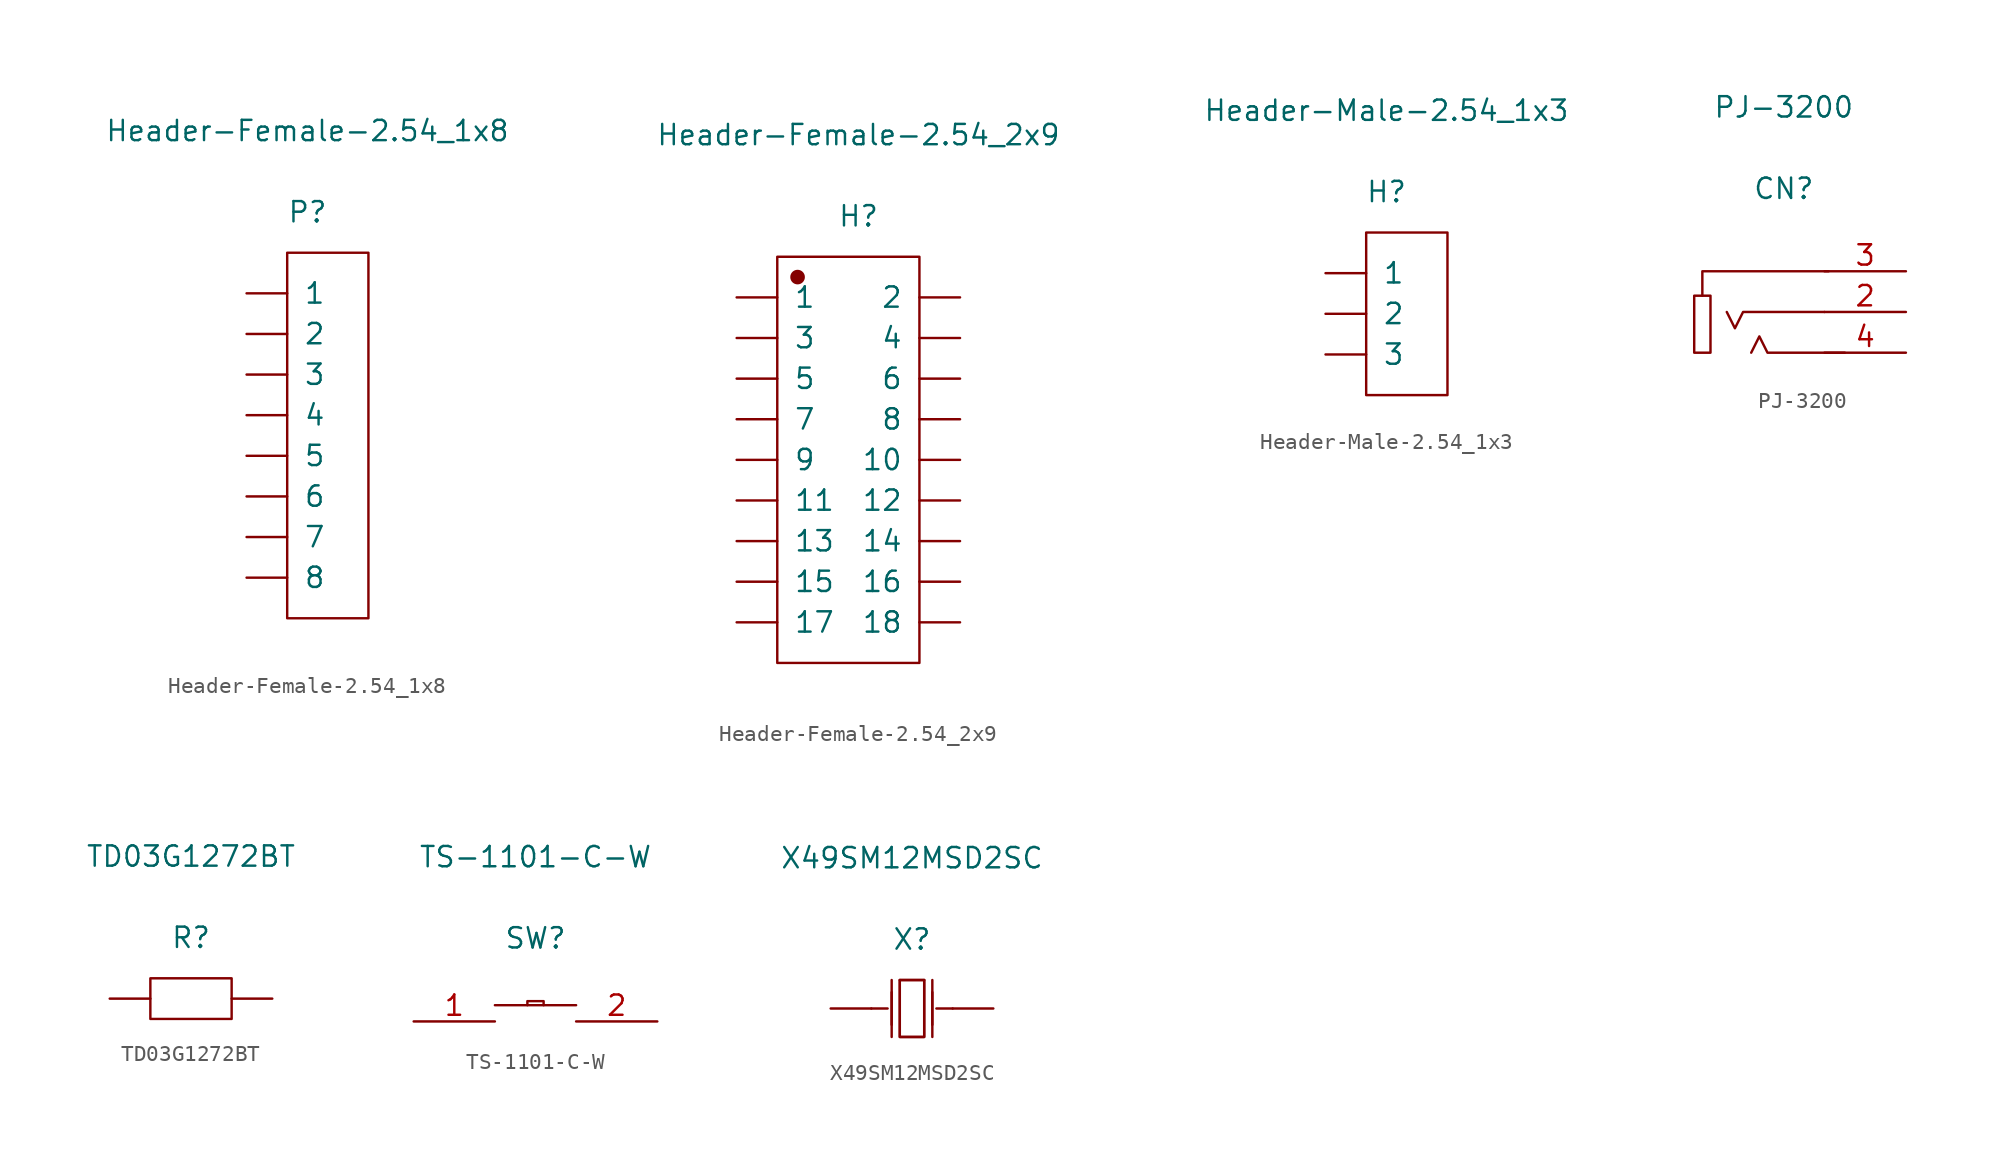
<source format=kicad_sym>
(kicad_symbol_lib
  (version 20211014)
  (generator kicad_symbol_editor)
  (symbol "Header-Female-2.54_1x8"
    (pin_numbers hide)
    (pin_names
      (offset 1.016))
    (property "Reference" "P"
      (at 0 13.97 0)
      (effects (font (size 1.27 1.27))))
    (property "Value" "Header-Female-2.54_1x8"
      (at 0 19.05 0)
      (effects (font (size 1.27 1.27))))
    (symbol "Header-Female-2.54_1x8_1_1"
      (rectangle (start -1.27 11.43) (end 3.81 -11.43) (stroke (width 0.152) (type default) (color 0 0 0 0)) (fill (type none)))
      (pin input line (at -3.81 8.89 0) (length 2.54) (name "1" (effects (font (size 1.27 1.27)))) (number "1" (effects (font (size 1.27 1.27)))))
      (pin input line (at -3.81 6.35 0) (length 2.54) (name "2" (effects (font (size 1.27 1.27)))) (number "2" (effects (font (size 1.27 1.27)))))
      (pin input line (at -3.81 3.81 0) (length 2.54) (name "3" (effects (font (size 1.27 1.27)))) (number "3" (effects (font (size 1.27 1.27)))))
      (pin input line (at -3.81 1.27 0) (length 2.54) (name "4" (effects (font (size 1.27 1.27)))) (number "4" (effects (font (size 1.27 1.27)))))
      (pin input line (at -3.81 -1.27 0) (length 2.54) (name "5" (effects (font (size 1.27 1.27)))) (number "5" (effects (font (size 1.27 1.27)))))
      (pin input line (at -3.81 -3.81 0) (length 2.54) (name "6" (effects (font (size 1.27 1.27)))) (number "6" (effects (font (size 1.27 1.27)))))
      (pin input line (at -3.81 -6.35 0) (length 2.54) (name "7" (effects (font (size 1.27 1.27)))) (number "7" (effects (font (size 1.27 1.27)))))
      (pin input line (at -3.81 -8.89 0) (length 2.54) (name "8" (effects (font (size 1.27 1.27)))) (number "8" (effects (font (size 1.27 1.27)))))))
  (symbol "Header-Female-2.54_2x9"
    (pin_numbers hide)
    (pin_names
      (offset 1.016))
    (property "Reference" "H"
      (at 0 15.24 0)
      (effects (font (size 1.27 1.27))))
    (property "Value" "Header-Female-2.54_2x9"
      (at 0 20.32 0)
      (effects (font (size 1.27 1.27))))
    (symbol "Header-Female-2.54_2x9_1_1"
      (rectangle (start -5.08 12.7) (end 3.81 -12.7) (stroke (width 0.152) (type default) (color 0 0 0 0)) (fill (type none)))
      (circle (center -3.81 11.43) (radius 0.381) (stroke (width 0.152) (type default) (color 0 0 0 0)) (fill (type outline)))
      (pin input line (at -7.62 10.16 0) (length 2.54) (name "1" (effects (font (size 1.27 1.27)))) (number "1" (effects (font (size 1.27 1.27)))))
      (pin input line (at 6.35 0 180) (length 2.54) (name "10" (effects (font (size 1.27 1.27)))) (number "10" (effects (font (size 1.27 1.27)))))
      (pin input line (at -7.62 -2.54 0) (length 2.54) (name "11" (effects (font (size 1.27 1.27)))) (number "11" (effects (font (size 1.27 1.27)))))
      (pin input line (at 6.35 -2.54 180) (length 2.54) (name "12" (effects (font (size 1.27 1.27)))) (number "12" (effects (font (size 1.27 1.27)))))
      (pin input line (at -7.62 -5.08 0) (length 2.54) (name "13" (effects (font (size 1.27 1.27)))) (number "13" (effects (font (size 1.27 1.27)))))
      (pin input line (at 6.35 -5.08 180) (length 2.54) (name "14" (effects (font (size 1.27 1.27)))) (number "14" (effects (font (size 1.27 1.27)))))
      (pin input line (at -7.62 -7.62 0) (length 2.54) (name "15" (effects (font (size 1.27 1.27)))) (number "15" (effects (font (size 1.27 1.27)))))
      (pin input line (at 6.35 -7.62 180) (length 2.54) (name "16" (effects (font (size 1.27 1.27)))) (number "16" (effects (font (size 1.27 1.27)))))
      (pin input line (at -7.62 -10.16 0) (length 2.54) (name "17" (effects (font (size 1.27 1.27)))) (number "17" (effects (font (size 1.27 1.27)))))
      (pin input line (at 6.35 -10.16 180) (length 2.54) (name "18" (effects (font (size 1.27 1.27)))) (number "18" (effects (font (size 1.27 1.27)))))
      (pin input line (at 6.35 10.16 180) (length 2.54) (name "2" (effects (font (size 1.27 1.27)))) (number "2" (effects (font (size 1.27 1.27)))))
      (pin input line (at -7.62 7.62 0) (length 2.54) (name "3" (effects (font (size 1.27 1.27)))) (number "3" (effects (font (size 1.27 1.27)))))
      (pin input line (at 6.35 7.62 180) (length 2.54) (name "4" (effects (font (size 1.27 1.27)))) (number "4" (effects (font (size 1.27 1.27)))))
      (pin input line (at -7.62 5.08 0) (length 2.54) (name "5" (effects (font (size 1.27 1.27)))) (number "5" (effects (font (size 1.27 1.27)))))
      (pin input line (at 6.35 5.08 180) (length 2.54) (name "6" (effects (font (size 1.27 1.27)))) (number "6" (effects (font (size 1.27 1.27)))))
      (pin input line (at -7.62 2.54 0) (length 2.54) (name "7" (effects (font (size 1.27 1.27)))) (number "7" (effects (font (size 1.27 1.27)))))
      (pin input line (at 6.35 2.54 180) (length 2.54) (name "8" (effects (font (size 1.27 1.27)))) (number "8" (effects (font (size 1.27 1.27)))))
      (pin input line (at -7.62 0 0) (length 2.54) (name "9" (effects (font (size 1.27 1.27)))) (number "9" (effects (font (size 1.27 1.27)))))))
  (symbol "Header-Male-2.54_1x3"
    (pin_numbers hide)
    (pin_names
      (offset 1.016))
    (property "Reference" "H"
      (at 0 7.62 0)
      (effects (font (size 1.27 1.27))))
    (property "Value" "Header-Male-2.54_1x3"
      (at 0 12.7 0)
      (effects (font (size 1.27 1.27))))
    (symbol "Header-Male-2.54_1x3_1_1"
      (rectangle (start -1.27 5.08) (end 3.81 -5.08) (stroke (width 0.152) (type default) (color 0 0 0 0)) (fill (type none)))
      (pin input line (at -3.81 2.54 0) (length 2.54) (name "1" (effects (font (size 1.27 1.27)))) (number "1" (effects (font (size 1.27 1.27)))))
      (pin input line (at -3.81 0 0) (length 2.54) (name "2" (effects (font (size 1.27 1.27)))) (number "2" (effects (font (size 1.27 1.27)))))
      (pin input line (at -3.81 -2.54 0) (length 2.54) (name "3" (effects (font (size 1.27 1.27)))) (number "3" (effects (font (size 1.27 1.27)))))))
  (symbol "PJ-3200"
    (pin_names
      (offset 1.016) hide)
    (property "Reference" "CN"
      (at 0 7.696 0)
      (effects (font (size 1.27 1.27))))
    (property "Value" "PJ-3200"
      (at 0 12.776 0)
      (effects (font (size 1.27 1.27))))
    (symbol "PJ-3200_1_1"
      (rectangle (start -5.588 1.016) (end -4.572 -2.54) (stroke (width 0.152) (type default) (color 0 0 0 0)) (fill (type none)))
      (polyline (pts (xy 2.794 2.54) (xy -5.08 2.54) (xy -5.08 1.016)) (stroke (width 0.152) (type default) (color 0 0 0 0)) (fill (type none)))
      (polyline (pts (xy 2.54 0) (xy -2.54 0) (xy -3.048 -1.016) (xy -3.556 0)) (stroke (width 0.152) (type default) (color 0 0 0 0)) (fill (type none)))
      (polyline (pts (xy 3.81 -2.54) (xy -1.016 -2.54) (xy -1.524 -1.524) (xy -2.032 -2.54)) (stroke (width 0.152) (type default) (color 0 0 0 0)) (fill (type none)))
      (pin input line (at 7.62 0 180) (length 5.08) (name "2" (effects (font (size 1.27 1.27)))) (number "2" (effects (font (size 1.27 1.27)))))
      (pin input line (at 7.62 2.54 180) (length 5.08) (name "3" (effects (font (size 1.27 1.27)))) (number "3" (effects (font (size 1.27 1.27)))))
      (pin input line (at 7.62 -2.54 180) (length 5.08) (name "4" (effects (font (size 1.27 1.27)))) (number "4" (effects (font (size 1.27 1.27)))))))
  (symbol "TD03G1272BT"
    (pin_numbers hide)
    (pin_names
      (offset 1.016) hide)
    (property "Reference" "R"
      (at 0 3.81 0)
      (effects (font (size 1.27 1.27))))
    (property "Value" "TD03G1272BT"
      (at 0 8.89 0)
      (effects (font (size 1.27 1.27))))
    (symbol "TD03G1272BT_1_1"
      (rectangle (start -2.54 1.27) (end 2.54 -1.27) (stroke (width 0.152) (type default) (color 0 0 0 0)) (fill (type none)))
      (pin input line (at -5.08 0 0) (length 2.54) (name "1" (effects (font (size 1.27 1.27)))) (number "1" (effects (font (size 1.27 1.27)))))
      (pin input line (at 5.08 0 180) (length 2.54) (name "2" (effects (font (size 1.27 1.27)))) (number "2" (effects (font (size 1.27 1.27)))))))
  (symbol "TS-1101-C-W"
    (pin_names
      (offset 1.016) hide)
    (property "Reference" "SW"
      (at 0 5.207 0)
      (effects (font (size 1.27 1.27))))
    (property "Value" "TS-1101-C-W"
      (at 0 10.287 0)
      (effects (font (size 1.27 1.27))))
    (symbol "TS-1101-C-W_1_1"
      (polyline (pts (xy -2.54 1.016) (xy 2.54 1.016)) (stroke (width 0.152) (type default) (color 0 0 0 0)) (fill (type none)))
      (polyline (pts (xy -0.508 1.016) (xy -0.508 1.27) (xy 0.508 1.27) (xy 0.508 1.016)) (stroke (width 0.152) (type default) (color 0 0 0 0)) (fill (type none)))
      (pin input line (at -7.62 0 0) (length 5.08) (name "1" (effects (font (size 1.27 1.27)))) (number "1" (effects (font (size 1.27 1.27)))))
      (pin input line (at 7.62 0 180) (length 5.08) (name "2" (effects (font (size 1.27 1.27)))) (number "2" (effects (font (size 1.27 1.27)))))))
  (symbol "X49SM12MSD2SC"
    (pin_numbers hide)
    (pin_names
      (offset 1.016) hide)
    (property "Reference" "X"
      (at 0 4.318 0)
      (effects (font (size 1.27 1.27))))
    (property "Value" "X49SM12MSD2SC"
      (at 0 9.398 0)
      (effects (font (size 1.27 1.27))))
    (symbol "X49SM12MSD2SC_1_1"
      (polyline (pts (xy -2.54 0) (xy -1.524 0)) (stroke (width 0.152) (type default) (color 0 0 0 0)) (fill (type none)))
      (polyline (pts (xy -1.27 1.016) (xy -1.27 -1.016)) (stroke (width 0.152) (type default) (color 0 0 0 0)) (fill (type none)))
      (polyline (pts (xy -1.27 1.778) (xy -1.27 -1.778)) (stroke (width 0.152) (type default) (color 0 0 0 0)) (fill (type none)))
      (polyline (pts (xy -0.762 1.778) (xy 0.762 1.778)) (stroke (width 0.152) (type default) (color 0 0 0 0)) (fill (type none)))
      (polyline (pts (xy 1.27 1.016) (xy 1.27 -1.016)) (stroke (width 0.152) (type default) (color 0 0 0 0)) (fill (type none)))
      (polyline (pts (xy 1.27 1.778) (xy 1.27 -1.778)) (stroke (width 0.152) (type default) (color 0 0 0 0)) (fill (type none)))
      (polyline (pts (xy 2.54 0) (xy 1.524 0)) (stroke (width 0.152) (type default) (color 0 0 0 0)) (fill (type none)))
      (polyline (pts (xy 0.762 1.778) (xy 0.762 -1.778) (xy -0.762 -1.778) (xy -0.762 1.778)) (stroke (width 0.152) (type default) (color 0 0 0 0)) (fill (type none)))
      (polyline (pts (xy -0.762 -1.778) (xy -0.762 1.778) (xy 0.762 1.778) (xy 0.762 -1.778) (xy -0.762 -1.778)) (stroke (width 0.152) (type default) (color 0 0 0 0)) (fill (type none)))
      (pin input line (at 5.08 0 180) (length 2.54) (name "OSC1" (effects (font (size 1.27 1.27)))) (number "1" (effects (font (size 1.27 1.27)))))
      (pin input line (at -5.08 0 0) (length 2.54) (name "OSC2" (effects (font (size 1.27 1.27)))) (number "2" (effects (font (size 1.27 1.27))))))))
</source>
